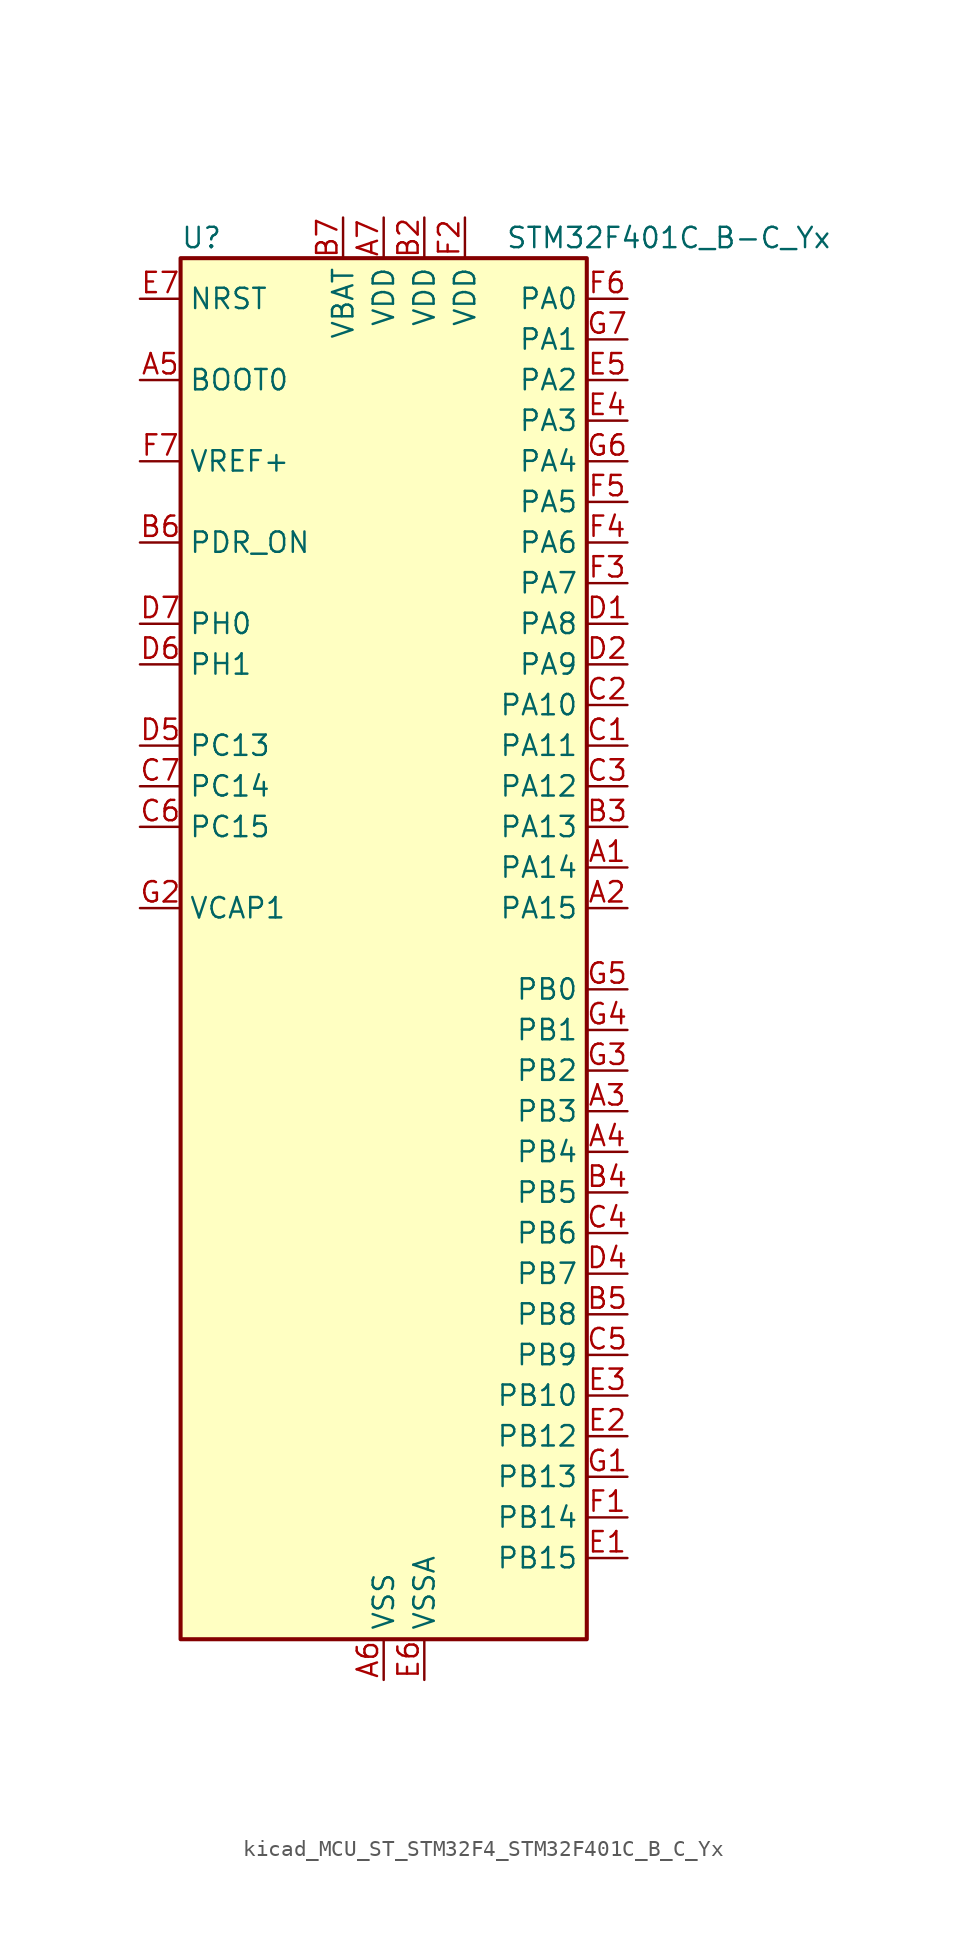
<source format=kicad_sym>
(kicad_symbol_lib
  (version 20220914)
  (generator kicad_symbol_editor)
  (symbol "kicad_MCU_ST_STM32F4_STM32F401C_B_C_Yx"
    (property "Reference" "U"
      (at -12.7 44.45 0)
      (effects (font (size 1.27 1.27)) (justify left)))
    (property "Value" "STM32F401C_B-C_Yx"
      (at 7.62 44.45 0)
      (effects (font (size 1.27 1.27)) (justify left)))
    (property "ki_locked" ""
      (at 0 0 0)
      (effects (font (size 1.27 1.27))))
    (symbol "kicad_MCU_ST_STM32F4_STM32F401C_B_C_Yx_0_1"
      (rectangle (start -12.7 -43.18) (end 12.7 43.18) (stroke (width 0.254) (type default)) (fill (type background))))
    (symbol "kicad_MCU_ST_STM32F4_STM32F401C_B_C_Yx_1_1"
      (pin bidirectional line (at 15.24 5.08 180) (length 2.54) (name "PA14" (effects (font (size 1.27 1.27)))) (number "A1" (effects (font (size 1.27 1.27)))) (alternate "SYS_JTCK-SWCLK" bidirectional line))
      (pin bidirectional line (at 15.24 2.54 180) (length 2.54) (name "PA15" (effects (font (size 1.27 1.27)))) (number "A2" (effects (font (size 1.27 1.27)))) (alternate "ADC1_EXTI15" bidirectional line) (alternate "I2S3_WS" bidirectional line) (alternate "SPI1_NSS" bidirectional line) (alternate "SPI3_NSS" bidirectional line) (alternate "SYS_JTDI" bidirectional line) (alternate "TIM2_CH1" bidirectional line) (alternate "TIM2_ETR" bidirectional line))
      (pin bidirectional line (at 15.24 -10.16 180) (length 2.54) (name "PB3" (effects (font (size 1.27 1.27)))) (number "A3" (effects (font (size 1.27 1.27)))) (alternate "I2C2_SDA" bidirectional line) (alternate "I2S3_CK" bidirectional line) (alternate "SPI1_SCK" bidirectional line) (alternate "SPI3_SCK" bidirectional line) (alternate "SYS_JTDO-SWO" bidirectional line) (alternate "TIM2_CH2" bidirectional line))
      (pin bidirectional line (at 15.24 -12.7 180) (length 2.54) (name "PB4" (effects (font (size 1.27 1.27)))) (number "A4" (effects (font (size 1.27 1.27)))) (alternate "I2C3_SDA" bidirectional line) (alternate "I2S3_ext_SD" bidirectional line) (alternate "SPI1_MISO" bidirectional line) (alternate "SPI3_MISO" bidirectional line) (alternate "SYS_JTRST" bidirectional line) (alternate "TIM3_CH1" bidirectional line))
      (pin input line (at -15.24 35.56 0) (length 2.54) (name "BOOT0" (effects (font (size 1.27 1.27)))) (number "A5" (effects (font (size 1.27 1.27)))))
      (pin power_in line (at 0 -45.72 90) (length 2.54) (name "VSS" (effects (font (size 1.27 1.27)))) (number "A6" (effects (font (size 1.27 1.27)))))
      (pin power_in line (at 0 45.72 270) (length 2.54) (name "VDD" (effects (font (size 1.27 1.27)))) (number "A7" (effects (font (size 1.27 1.27)))))
      (pin passive line (at 0 -45.72 90) (length 2.54) hide (name "VSS" (effects (font (size 1.27 1.27)))) (number "B1" (effects (font (size 1.27 1.27)))))
      (pin power_in line (at 2.54 45.72 270) (length 2.54) (name "VDD" (effects (font (size 1.27 1.27)))) (number "B2" (effects (font (size 1.27 1.27)))))
      (pin bidirectional line (at 15.24 7.62 180) (length 2.54) (name "PA13" (effects (font (size 1.27 1.27)))) (number "B3" (effects (font (size 1.27 1.27)))) (alternate "SYS_JTMS-SWDIO" bidirectional line))
      (pin bidirectional line (at 15.24 -15.24 180) (length 2.54) (name "PB5" (effects (font (size 1.27 1.27)))) (number "B4" (effects (font (size 1.27 1.27)))) (alternate "I2C1_SMBA" bidirectional line) (alternate "I2S3_SD" bidirectional line) (alternate "SPI1_MOSI" bidirectional line) (alternate "SPI3_MOSI" bidirectional line) (alternate "TIM3_CH2" bidirectional line))
      (pin bidirectional line (at 15.24 -22.86 180) (length 2.54) (name "PB8" (effects (font (size 1.27 1.27)))) (number "B5" (effects (font (size 1.27 1.27)))) (alternate "I2C1_SCL" bidirectional line) (alternate "TIM10_CH1" bidirectional line) (alternate "TIM4_CH3" bidirectional line))
      (pin input line (at -15.24 25.4 0) (length 2.54) (name "PDR_ON" (effects (font (size 1.27 1.27)))) (number "B6" (effects (font (size 1.27 1.27)))))
      (pin power_in line (at -2.54 45.72 270) (length 2.54) (name "VBAT" (effects (font (size 1.27 1.27)))) (number "B7" (effects (font (size 1.27 1.27)))))
      (pin bidirectional line (at 15.24 12.7 180) (length 2.54) (name "PA11" (effects (font (size 1.27 1.27)))) (number "C1" (effects (font (size 1.27 1.27)))) (alternate "ADC1_EXTI11" bidirectional line) (alternate "TIM1_CH4" bidirectional line) (alternate "USART1_CTS" bidirectional line) (alternate "USART6_TX" bidirectional line) (alternate "USB_OTG_FS_DM" bidirectional line))
      (pin bidirectional line (at 15.24 15.24 180) (length 2.54) (name "PA10" (effects (font (size 1.27 1.27)))) (number "C2" (effects (font (size 1.27 1.27)))) (alternate "TIM1_CH3" bidirectional line) (alternate "USART1_RX" bidirectional line) (alternate "USB_OTG_FS_ID" bidirectional line))
      (pin bidirectional line (at 15.24 10.16 180) (length 2.54) (name "PA12" (effects (font (size 1.27 1.27)))) (number "C3" (effects (font (size 1.27 1.27)))) (alternate "TIM1_ETR" bidirectional line) (alternate "USART1_RTS" bidirectional line) (alternate "USART6_RX" bidirectional line) (alternate "USB_OTG_FS_DP" bidirectional line))
      (pin bidirectional line (at 15.24 -17.78 180) (length 2.54) (name "PB6" (effects (font (size 1.27 1.27)))) (number "C4" (effects (font (size 1.27 1.27)))) (alternate "I2C1_SCL" bidirectional line) (alternate "TIM4_CH1" bidirectional line) (alternate "USART1_TX" bidirectional line))
      (pin bidirectional line (at 15.24 -25.4 180) (length 2.54) (name "PB9" (effects (font (size 1.27 1.27)))) (number "C5" (effects (font (size 1.27 1.27)))) (alternate "I2C1_SDA" bidirectional line) (alternate "I2S2_WS" bidirectional line) (alternate "SPI2_NSS" bidirectional line) (alternate "TIM11_CH1" bidirectional line) (alternate "TIM4_CH4" bidirectional line))
      (pin bidirectional line (at -15.24 7.62 0) (length 2.54) (name "PC15" (effects (font (size 1.27 1.27)))) (number "C6" (effects (font (size 1.27 1.27)))) (alternate "ADC1_EXTI15" bidirectional line) (alternate "RCC_OSC32_OUT" bidirectional line))
      (pin bidirectional line (at -15.24 10.16 0) (length 2.54) (name "PC14" (effects (font (size 1.27 1.27)))) (number "C7" (effects (font (size 1.27 1.27)))) (alternate "RCC_OSC32_IN" bidirectional line))
      (pin bidirectional line (at 15.24 20.32 180) (length 2.54) (name "PA8" (effects (font (size 1.27 1.27)))) (number "D1" (effects (font (size 1.27 1.27)))) (alternate "I2C3_SCL" bidirectional line) (alternate "RCC_MCO_1" bidirectional line) (alternate "TIM1_CH1" bidirectional line) (alternate "USART1_CK" bidirectional line) (alternate "USB_OTG_FS_SOF" bidirectional line))
      (pin bidirectional line (at 15.24 17.78 180) (length 2.54) (name "PA9" (effects (font (size 1.27 1.27)))) (number "D2" (effects (font (size 1.27 1.27)))) (alternate "I2C3_SMBA" bidirectional line) (alternate "TIM1_CH2" bidirectional line) (alternate "USART1_TX" bidirectional line) (alternate "USB_OTG_FS_VBUS" bidirectional line))
      (pin passive line (at 0 -45.72 90) (length 2.54) hide (name "VSS" (effects (font (size 1.27 1.27)))) (number "D3" (effects (font (size 1.27 1.27)))))
      (pin bidirectional line (at 15.24 -20.32 180) (length 2.54) (name "PB7" (effects (font (size 1.27 1.27)))) (number "D4" (effects (font (size 1.27 1.27)))) (alternate "I2C1_SDA" bidirectional line) (alternate "TIM4_CH2" bidirectional line) (alternate "USART1_RX" bidirectional line))
      (pin bidirectional line (at -15.24 12.7 0) (length 2.54) (name "PC13" (effects (font (size 1.27 1.27)))) (number "D5" (effects (font (size 1.27 1.27)))) (alternate "RTC_AF1" bidirectional line))
      (pin bidirectional line (at -15.24 17.78 0) (length 2.54) (name "PH1" (effects (font (size 1.27 1.27)))) (number "D6" (effects (font (size 1.27 1.27)))) (alternate "RCC_OSC_OUT" bidirectional line))
      (pin bidirectional line (at -15.24 20.32 0) (length 2.54) (name "PH0" (effects (font (size 1.27 1.27)))) (number "D7" (effects (font (size 1.27 1.27)))) (alternate "RCC_OSC_IN" bidirectional line))
      (pin bidirectional line (at 15.24 -38.1 180) (length 2.54) (name "PB15" (effects (font (size 1.27 1.27)))) (number "E1" (effects (font (size 1.27 1.27)))) (alternate "ADC1_EXTI15" bidirectional line) (alternate "I2S2_SD" bidirectional line) (alternate "RTC_REFIN" bidirectional line) (alternate "SPI2_MOSI" bidirectional line) (alternate "TIM1_CH3N" bidirectional line))
      (pin bidirectional line (at 15.24 -30.48 180) (length 2.54) (name "PB12" (effects (font (size 1.27 1.27)))) (number "E2" (effects (font (size 1.27 1.27)))) (alternate "I2C2_SMBA" bidirectional line) (alternate "I2S2_WS" bidirectional line) (alternate "SPI2_NSS" bidirectional line) (alternate "TIM1_BKIN" bidirectional line))
      (pin bidirectional line (at 15.24 -27.94 180) (length 2.54) (name "PB10" (effects (font (size 1.27 1.27)))) (number "E3" (effects (font (size 1.27 1.27)))) (alternate "I2C2_SCL" bidirectional line) (alternate "I2S2_CK" bidirectional line) (alternate "SPI2_SCK" bidirectional line) (alternate "TIM2_CH3" bidirectional line))
      (pin bidirectional line (at 15.24 33.02 180) (length 2.54) (name "PA3" (effects (font (size 1.27 1.27)))) (number "E4" (effects (font (size 1.27 1.27)))) (alternate "ADC1_IN3" bidirectional line) (alternate "TIM2_CH4" bidirectional line) (alternate "TIM5_CH4" bidirectional line) (alternate "TIM9_CH2" bidirectional line) (alternate "USART2_RX" bidirectional line))
      (pin bidirectional line (at 15.24 35.56 180) (length 2.54) (name "PA2" (effects (font (size 1.27 1.27)))) (number "E5" (effects (font (size 1.27 1.27)))) (alternate "ADC1_IN2" bidirectional line) (alternate "TIM2_CH3" bidirectional line) (alternate "TIM5_CH3" bidirectional line) (alternate "TIM9_CH1" bidirectional line) (alternate "USART2_TX" bidirectional line))
      (pin power_in line (at 2.54 -45.72 90) (length 2.54) (name "VSSA" (effects (font (size 1.27 1.27)))) (number "E6" (effects (font (size 1.27 1.27)))))
      (pin input line (at -15.24 40.64 0) (length 2.54) (name "NRST" (effects (font (size 1.27 1.27)))) (number "E7" (effects (font (size 1.27 1.27)))))
      (pin bidirectional line (at 15.24 -35.56 180) (length 2.54) (name "PB14" (effects (font (size 1.27 1.27)))) (number "F1" (effects (font (size 1.27 1.27)))) (alternate "I2S2_ext_SD" bidirectional line) (alternate "SPI2_MISO" bidirectional line) (alternate "TIM1_CH2N" bidirectional line))
      (pin power_in line (at 5.08 45.72 270) (length 2.54) (name "VDD" (effects (font (size 1.27 1.27)))) (number "F2" (effects (font (size 1.27 1.27)))))
      (pin bidirectional line (at 15.24 22.86 180) (length 2.54) (name "PA7" (effects (font (size 1.27 1.27)))) (number "F3" (effects (font (size 1.27 1.27)))) (alternate "ADC1_IN7" bidirectional line) (alternate "SPI1_MOSI" bidirectional line) (alternate "TIM1_CH1N" bidirectional line) (alternate "TIM3_CH2" bidirectional line))
      (pin bidirectional line (at 15.24 25.4 180) (length 2.54) (name "PA6" (effects (font (size 1.27 1.27)))) (number "F4" (effects (font (size 1.27 1.27)))) (alternate "ADC1_IN6" bidirectional line) (alternate "SPI1_MISO" bidirectional line) (alternate "TIM1_BKIN" bidirectional line) (alternate "TIM3_CH1" bidirectional line))
      (pin bidirectional line (at 15.24 27.94 180) (length 2.54) (name "PA5" (effects (font (size 1.27 1.27)))) (number "F5" (effects (font (size 1.27 1.27)))) (alternate "ADC1_IN5" bidirectional line) (alternate "SPI1_SCK" bidirectional line) (alternate "TIM2_CH1" bidirectional line) (alternate "TIM2_ETR" bidirectional line))
      (pin bidirectional line (at 15.24 40.64 180) (length 2.54) (name "PA0" (effects (font (size 1.27 1.27)))) (number "F6" (effects (font (size 1.27 1.27)))) (alternate "ADC1_IN0" bidirectional line) (alternate "SYS_WKUP" bidirectional line) (alternate "TIM2_CH1" bidirectional line) (alternate "TIM2_ETR" bidirectional line) (alternate "TIM5_CH1" bidirectional line) (alternate "USART2_CTS" bidirectional line))
      (pin input line (at -15.24 30.48 0) (length 2.54) (name "VREF+" (effects (font (size 1.27 1.27)))) (number "F7" (effects (font (size 1.27 1.27)))))
      (pin bidirectional line (at 15.24 -33.02 180) (length 2.54) (name "PB13" (effects (font (size 1.27 1.27)))) (number "G1" (effects (font (size 1.27 1.27)))) (alternate "I2S2_CK" bidirectional line) (alternate "SPI2_SCK" bidirectional line) (alternate "TIM1_CH1N" bidirectional line))
      (pin power_out line (at -15.24 2.54 0) (length 2.54) (name "VCAP1" (effects (font (size 1.27 1.27)))) (number "G2" (effects (font (size 1.27 1.27)))))
      (pin bidirectional line (at 15.24 -7.62 180) (length 2.54) (name "PB2" (effects (font (size 1.27 1.27)))) (number "G3" (effects (font (size 1.27 1.27)))))
      (pin bidirectional line (at 15.24 -5.08 180) (length 2.54) (name "PB1" (effects (font (size 1.27 1.27)))) (number "G4" (effects (font (size 1.27 1.27)))) (alternate "ADC1_IN9" bidirectional line) (alternate "TIM1_CH3N" bidirectional line) (alternate "TIM3_CH4" bidirectional line))
      (pin bidirectional line (at 15.24 -2.54 180) (length 2.54) (name "PB0" (effects (font (size 1.27 1.27)))) (number "G5" (effects (font (size 1.27 1.27)))) (alternate "ADC1_IN8" bidirectional line) (alternate "TIM1_CH2N" bidirectional line) (alternate "TIM3_CH3" bidirectional line))
      (pin bidirectional line (at 15.24 30.48 180) (length 2.54) (name "PA4" (effects (font (size 1.27 1.27)))) (number "G6" (effects (font (size 1.27 1.27)))) (alternate "ADC1_IN4" bidirectional line) (alternate "I2S3_WS" bidirectional line) (alternate "SPI1_NSS" bidirectional line) (alternate "SPI3_NSS" bidirectional line) (alternate "USART2_CK" bidirectional line))
      (pin bidirectional line (at 15.24 38.1 180) (length 2.54) (name "PA1" (effects (font (size 1.27 1.27)))) (number "G7" (effects (font (size 1.27 1.27)))) (alternate "ADC1_IN1" bidirectional line) (alternate "TIM2_CH2" bidirectional line) (alternate "TIM5_CH2" bidirectional line) (alternate "USART2_RTS" bidirectional line)))))
</source>
